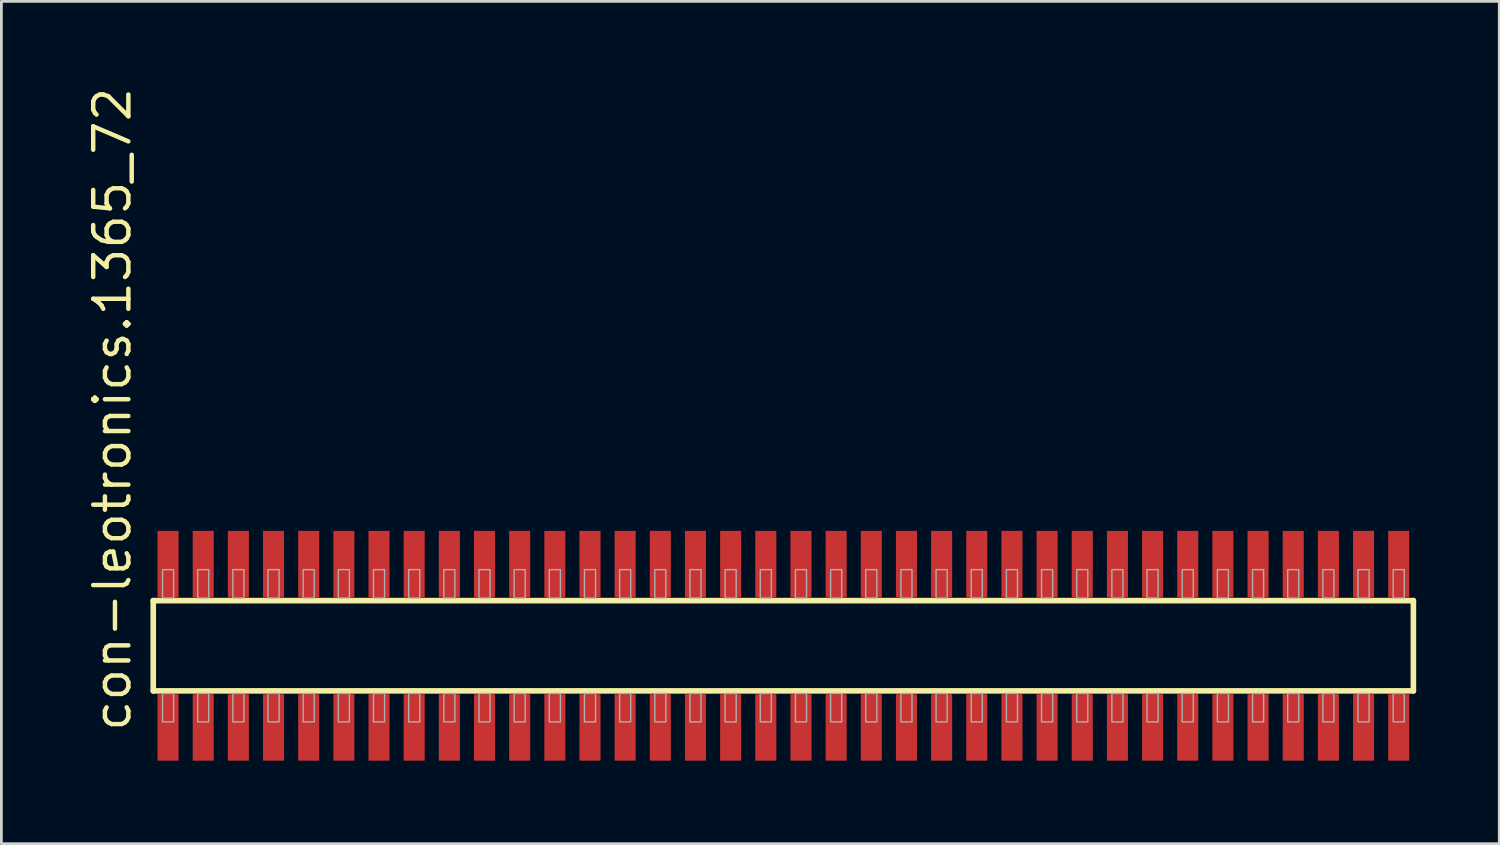
<source format=kicad_pcb>
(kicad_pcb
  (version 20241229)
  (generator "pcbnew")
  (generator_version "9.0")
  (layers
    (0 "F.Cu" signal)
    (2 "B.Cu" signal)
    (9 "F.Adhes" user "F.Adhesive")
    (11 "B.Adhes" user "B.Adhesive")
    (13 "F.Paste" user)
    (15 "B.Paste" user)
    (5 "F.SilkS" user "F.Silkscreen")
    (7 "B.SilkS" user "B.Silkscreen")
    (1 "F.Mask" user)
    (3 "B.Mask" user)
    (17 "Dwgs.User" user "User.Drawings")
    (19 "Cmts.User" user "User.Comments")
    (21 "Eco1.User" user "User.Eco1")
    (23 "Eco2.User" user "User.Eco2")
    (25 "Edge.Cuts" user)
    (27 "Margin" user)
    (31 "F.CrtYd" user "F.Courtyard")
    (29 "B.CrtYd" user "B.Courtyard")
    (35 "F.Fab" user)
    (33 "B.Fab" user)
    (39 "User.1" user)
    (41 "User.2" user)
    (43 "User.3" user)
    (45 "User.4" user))
  (footprint "con-leotronics.1365_72"
    (layer "F.Cu")
    (at 25.245 20.274)
    (property "Reference" "con-leotronics.1365_72" (at -23.495 3.175 90) (layer "F.SilkS") (effects (font (size 1.27 1.27) (thickness 0.16)) (justify left bottom)))
    (attr smd)
    (fp_line (start -22.76 -1.63) (end 22.755 -1.63) (stroke (width 0.203) (type default)) (layer "F.SilkS"))
    (fp_line (start -22.76 1.63) (end -22.76 -1.63) (stroke (width 0.203) (type default)) (layer "F.SilkS"))
    (fp_line (start 22.755 -1.63) (end 22.755 1.63) (stroke (width 0.203) (type default)) (layer "F.SilkS"))
    (fp_line (start 22.755 1.63) (end -22.76 1.63) (stroke (width 0.203) (type default)) (layer "F.SilkS"))
    (fp_rect (start -22.425 -1.725) (end -22.025 -2.75) (stroke (width 0.05) (type default)) (fill no) (layer "F.Fab"))
    (fp_rect (start -22.425 2.75) (end -22.025 1.725) (stroke (width 0.05) (type default)) (fill no) (layer "F.Fab"))
    (fp_rect (start -21.155 -1.725) (end -20.755 -2.75) (stroke (width 0.05) (type default)) (fill no) (layer "F.Fab"))
    (fp_rect (start -21.155 2.75) (end -20.755 1.725) (stroke (width 0.05) (type default)) (fill no) (layer "F.Fab"))
    (fp_rect (start -19.885 -1.725) (end -19.485 -2.75) (stroke (width 0.05) (type default)) (fill no) (layer "F.Fab"))
    (fp_rect (start -19.885 2.75) (end -19.485 1.725) (stroke (width 0.05) (type default)) (fill no) (layer "F.Fab"))
    (fp_rect (start -18.615 -1.725) (end -18.215 -2.75) (stroke (width 0.05) (type default)) (fill no) (layer "F.Fab"))
    (fp_rect (start -18.615 2.75) (end -18.215 1.725) (stroke (width 0.05) (type default)) (fill no) (layer "F.Fab"))
    (fp_rect (start -17.345 -1.725) (end -16.945 -2.75) (stroke (width 0.05) (type default)) (fill no) (layer "F.Fab"))
    (fp_rect (start -17.345 2.75) (end -16.945 1.725) (stroke (width 0.05) (type default)) (fill no) (layer "F.Fab"))
    (fp_rect (start -16.075 -1.725) (end -15.675 -2.75) (stroke (width 0.05) (type default)) (fill no) (layer "F.Fab"))
    (fp_rect (start -16.075 2.75) (end -15.675 1.725) (stroke (width 0.05) (type default)) (fill no) (layer "F.Fab"))
    (fp_rect (start -14.805 -1.725) (end -14.405 -2.75) (stroke (width 0.05) (type default)) (fill no) (layer "F.Fab"))
    (fp_rect (start -14.805 2.75) (end -14.405 1.725) (stroke (width 0.05) (type default)) (fill no) (layer "F.Fab"))
    (fp_rect (start -13.535 -1.725) (end -13.135 -2.75) (stroke (width 0.05) (type default)) (fill no) (layer "F.Fab"))
    (fp_rect (start -13.535 2.75) (end -13.135 1.725) (stroke (width 0.05) (type default)) (fill no) (layer "F.Fab"))
    (fp_rect (start -12.265 -1.725) (end -11.865 -2.75) (stroke (width 0.05) (type default)) (fill no) (layer "F.Fab"))
    (fp_rect (start -12.265 2.75) (end -11.865 1.725) (stroke (width 0.05) (type default)) (fill no) (layer "F.Fab"))
    (fp_rect (start -10.995 -1.725) (end -10.595 -2.75) (stroke (width 0.05) (type default)) (fill no) (layer "F.Fab"))
    (fp_rect (start -10.995 2.75) (end -10.595 1.725) (stroke (width 0.05) (type default)) (fill no) (layer "F.Fab"))
    (fp_rect (start -9.725 -1.725) (end -9.325 -2.75) (stroke (width 0.05) (type default)) (fill no) (layer "F.Fab"))
    (fp_rect (start -9.725 2.75) (end -9.325 1.725) (stroke (width 0.05) (type default)) (fill no) (layer "F.Fab"))
    (fp_rect (start -8.455 -1.725) (end -8.055 -2.75) (stroke (width 0.05) (type default)) (fill no) (layer "F.Fab"))
    (fp_rect (start -8.455 2.75) (end -8.055 1.725) (stroke (width 0.05) (type default)) (fill no) (layer "F.Fab"))
    (fp_rect (start -7.185 -1.725) (end -6.785 -2.75) (stroke (width 0.05) (type default)) (fill no) (layer "F.Fab"))
    (fp_rect (start -7.185 2.75) (end -6.785 1.725) (stroke (width 0.05) (type default)) (fill no) (layer "F.Fab"))
    (fp_rect (start -5.915 -1.725) (end -5.515 -2.75) (stroke (width 0.05) (type default)) (fill no) (layer "F.Fab"))
    (fp_rect (start -5.915 2.75) (end -5.515 1.725) (stroke (width 0.05) (type default)) (fill no) (layer "F.Fab"))
    (fp_rect (start -4.645 -1.725) (end -4.245 -2.75) (stroke (width 0.05) (type default)) (fill no) (layer "F.Fab"))
    (fp_rect (start -4.645 2.75) (end -4.245 1.725) (stroke (width 0.05) (type default)) (fill no) (layer "F.Fab"))
    (fp_rect (start -3.375 -1.725) (end -2.975 -2.75) (stroke (width 0.05) (type default)) (fill no) (layer "F.Fab"))
    (fp_rect (start -3.375 2.75) (end -2.975 1.725) (stroke (width 0.05) (type default)) (fill no) (layer "F.Fab"))
    (fp_rect (start -2.105 -1.725) (end -1.705 -2.75) (stroke (width 0.05) (type default)) (fill no) (layer "F.Fab"))
    (fp_rect (start -2.105 2.75) (end -1.705 1.725) (stroke (width 0.05) (type default)) (fill no) (layer "F.Fab"))
    (fp_rect (start -0.835 -1.725) (end -0.435 -2.75) (stroke (width 0.05) (type default)) (fill no) (layer "F.Fab"))
    (fp_rect (start -0.835 2.75) (end -0.435 1.725) (stroke (width 0.05) (type default)) (fill no) (layer "F.Fab"))
    (fp_rect (start 0.435 -1.725) (end 0.835 -2.75) (stroke (width 0.05) (type default)) (fill no) (layer "F.Fab"))
    (fp_rect (start 0.435 2.75) (end 0.835 1.725) (stroke (width 0.05) (type default)) (fill no) (layer "F.Fab"))
    (fp_rect (start 1.705 -1.725) (end 2.105 -2.75) (stroke (width 0.05) (type default)) (fill no) (layer "F.Fab"))
    (fp_rect (start 1.705 2.75) (end 2.105 1.725) (stroke (width 0.05) (type default)) (fill no) (layer "F.Fab"))
    (fp_rect (start 2.975 -1.725) (end 3.375 -2.75) (stroke (width 0.05) (type default)) (fill no) (layer "F.Fab"))
    (fp_rect (start 2.975 2.75) (end 3.375 1.725) (stroke (width 0.05) (type default)) (fill no) (layer "F.Fab"))
    (fp_rect (start 4.245 -1.725) (end 4.645 -2.75) (stroke (width 0.05) (type default)) (fill no) (layer "F.Fab"))
    (fp_rect (start 4.245 2.75) (end 4.645 1.725) (stroke (width 0.05) (type default)) (fill no) (layer "F.Fab"))
    (fp_rect (start 5.515 -1.725) (end 5.915 -2.75) (stroke (width 0.05) (type default)) (fill no) (layer "F.Fab"))
    (fp_rect (start 5.515 2.75) (end 5.915 1.725) (stroke (width 0.05) (type default)) (fill no) (layer "F.Fab"))
    (fp_rect (start 6.785 -1.725) (end 7.185 -2.75) (stroke (width 0.05) (type default)) (fill no) (layer "F.Fab"))
    (fp_rect (start 6.785 2.75) (end 7.185 1.725) (stroke (width 0.05) (type default)) (fill no) (layer "F.Fab"))
    (fp_rect (start 8.055 -1.725) (end 8.455 -2.75) (stroke (width 0.05) (type default)) (fill no) (layer "F.Fab"))
    (fp_rect (start 8.055 2.75) (end 8.455 1.725) (stroke (width 0.05) (type default)) (fill no) (layer "F.Fab"))
    (fp_rect (start 9.325 -1.725) (end 9.725 -2.75) (stroke (width 0.05) (type default)) (fill no) (layer "F.Fab"))
    (fp_rect (start 9.325 2.75) (end 9.725 1.725) (stroke (width 0.05) (type default)) (fill no) (layer "F.Fab"))
    (fp_rect (start 10.595 -1.725) (end 10.995 -2.75) (stroke (width 0.05) (type default)) (fill no) (layer "F.Fab"))
    (fp_rect (start 10.595 2.75) (end 10.995 1.725) (stroke (width 0.05) (type default)) (fill no) (layer "F.Fab"))
    (fp_rect (start 11.865 -1.725) (end 12.265 -2.75) (stroke (width 0.05) (type default)) (fill no) (layer "F.Fab"))
    (fp_rect (start 11.865 2.75) (end 12.265 1.725) (stroke (width 0.05) (type default)) (fill no) (layer "F.Fab"))
    (fp_rect (start 13.135 -1.725) (end 13.535 -2.75) (stroke (width 0.05) (type default)) (fill no) (layer "F.Fab"))
    (fp_rect (start 13.135 2.75) (end 13.535 1.725) (stroke (width 0.05) (type default)) (fill no) (layer "F.Fab"))
    (fp_rect (start 14.405 -1.725) (end 14.805 -2.75) (stroke (width 0.05) (type default)) (fill no) (layer "F.Fab"))
    (fp_rect (start 14.405 2.75) (end 14.805 1.725) (stroke (width 0.05) (type default)) (fill no) (layer "F.Fab"))
    (fp_rect (start 15.675 -1.725) (end 16.075 -2.75) (stroke (width 0.05) (type default)) (fill no) (layer "F.Fab"))
    (fp_rect (start 15.675 2.75) (end 16.075 1.725) (stroke (width 0.05) (type default)) (fill no) (layer "F.Fab"))
    (fp_rect (start 16.945 -1.725) (end 17.345 -2.75) (stroke (width 0.05) (type default)) (fill no) (layer "F.Fab"))
    (fp_rect (start 16.945 2.75) (end 17.345 1.725) (stroke (width 0.05) (type default)) (fill no) (layer "F.Fab"))
    (fp_rect (start 18.215 -1.725) (end 18.615 -2.75) (stroke (width 0.05) (type default)) (fill no) (layer "F.Fab"))
    (fp_rect (start 18.215 2.75) (end 18.615 1.725) (stroke (width 0.05) (type default)) (fill no) (layer "F.Fab"))
    (fp_rect (start 19.485 -1.725) (end 19.885 -2.75) (stroke (width 0.05) (type default)) (fill no) (layer "F.Fab"))
    (fp_rect (start 19.485 2.75) (end 19.885 1.725) (stroke (width 0.05) (type default)) (fill no) (layer "F.Fab"))
    (fp_rect (start 20.755 -1.725) (end 21.155 -2.75) (stroke (width 0.05) (type default)) (fill no) (layer "F.Fab"))
    (fp_rect (start 20.755 2.75) (end 21.155 1.725) (stroke (width 0.05) (type default)) (fill no) (layer "F.Fab"))
    (fp_rect (start 22.025 -1.725) (end 22.425 -2.75) (stroke (width 0.05) (type default)) (fill no) (layer "F.Fab"))
    (fp_rect (start 22.025 2.75) (end 22.425 1.725) (stroke (width 0.05) (type default)) (fill no) (layer "F.Fab"))
    (pad "1" smd roundrect (at -22.225 2.95) (size 0.76 2.4) (layers "F.Cu" "F.Mask" "F.Paste") (roundrect_rratio 0.01))
    (pad "2" smd roundrect (at -22.225 -2.95) (size 0.76 2.4) (layers "F.Cu" "F.Mask" "F.Paste") (roundrect_rratio 0.01))
    (pad "3" smd roundrect (at -20.955 2.95) (size 0.76 2.4) (layers "F.Cu" "F.Mask" "F.Paste") (roundrect_rratio 0.01))
    (pad "4" smd roundrect (at -20.955 -2.95) (size 0.76 2.4) (layers "F.Cu" "F.Mask" "F.Paste") (roundrect_rratio 0.01))
    (pad "5" smd roundrect (at -19.685 2.95) (size 0.76 2.4) (layers "F.Cu" "F.Mask" "F.Paste") (roundrect_rratio 0.01))
    (pad "6" smd roundrect (at -19.685 -2.95) (size 0.76 2.4) (layers "F.Cu" "F.Mask" "F.Paste") (roundrect_rratio 0.01))
    (pad "7" smd roundrect (at -18.415 2.95) (size 0.76 2.4) (layers "F.Cu" "F.Mask" "F.Paste") (roundrect_rratio 0.01))
    (pad "8" smd roundrect (at -18.415 -2.95) (size 0.76 2.4) (layers "F.Cu" "F.Mask" "F.Paste") (roundrect_rratio 0.01))
    (pad "9" smd roundrect (at -17.145 2.95) (size 0.76 2.4) (layers "F.Cu" "F.Mask" "F.Paste") (roundrect_rratio 0.01))
    (pad "10" smd roundrect (at -17.145 -2.95) (size 0.76 2.4) (layers "F.Cu" "F.Mask" "F.Paste") (roundrect_rratio 0.01))
    (pad "11" smd roundrect (at -15.875 2.95) (size 0.76 2.4) (layers "F.Cu" "F.Mask" "F.Paste") (roundrect_rratio 0.01))
    (pad "12" smd roundrect (at -15.875 -2.95) (size 0.76 2.4) (layers "F.Cu" "F.Mask" "F.Paste") (roundrect_rratio 0.01))
    (pad "13" smd roundrect (at -14.605 2.95) (size 0.76 2.4) (layers "F.Cu" "F.Mask" "F.Paste") (roundrect_rratio 0.01))
    (pad "14" smd roundrect (at -14.605 -2.95) (size 0.76 2.4) (layers "F.Cu" "F.Mask" "F.Paste") (roundrect_rratio 0.01))
    (pad "15" smd roundrect (at -13.335 2.95) (size 0.76 2.4) (layers "F.Cu" "F.Mask" "F.Paste") (roundrect_rratio 0.01))
    (pad "16" smd roundrect (at -13.335 -2.95) (size 0.76 2.4) (layers "F.Cu" "F.Mask" "F.Paste") (roundrect_rratio 0.01))
    (pad "17" smd roundrect (at -12.065 2.95) (size 0.76 2.4) (layers "F.Cu" "F.Mask" "F.Paste") (roundrect_rratio 0.01))
    (pad "18" smd roundrect (at -12.065 -2.95) (size 0.76 2.4) (layers "F.Cu" "F.Mask" "F.Paste") (roundrect_rratio 0.01))
    (pad "19" smd roundrect (at -10.795 2.95) (size 0.76 2.4) (layers "F.Cu" "F.Mask" "F.Paste") (roundrect_rratio 0.01))
    (pad "20" smd roundrect (at -10.795 -2.95) (size 0.76 2.4) (layers "F.Cu" "F.Mask" "F.Paste") (roundrect_rratio 0.01))
    (pad "21" smd roundrect (at -9.525 2.95) (size 0.76 2.4) (layers "F.Cu" "F.Mask" "F.Paste") (roundrect_rratio 0.01))
    (pad "22" smd roundrect (at -9.525 -2.95) (size 0.76 2.4) (layers "F.Cu" "F.Mask" "F.Paste") (roundrect_rratio 0.01))
    (pad "23" smd roundrect (at -8.255 2.95) (size 0.76 2.4) (layers "F.Cu" "F.Mask" "F.Paste") (roundrect_rratio 0.01))
    (pad "24" smd roundrect (at -8.255 -2.95) (size 0.76 2.4) (layers "F.Cu" "F.Mask" "F.Paste") (roundrect_rratio 0.01))
    (pad "25" smd roundrect (at -6.985 2.95) (size 0.76 2.4) (layers "F.Cu" "F.Mask" "F.Paste") (roundrect_rratio 0.01))
    (pad "26" smd roundrect (at -6.985 -2.95) (size 0.76 2.4) (layers "F.Cu" "F.Mask" "F.Paste") (roundrect_rratio 0.01))
    (pad "27" smd roundrect (at -5.715 2.95) (size 0.76 2.4) (layers "F.Cu" "F.Mask" "F.Paste") (roundrect_rratio 0.01))
    (pad "28" smd roundrect (at -5.715 -2.95) (size 0.76 2.4) (layers "F.Cu" "F.Mask" "F.Paste") (roundrect_rratio 0.01))
    (pad "29" smd roundrect (at -4.445 2.95) (size 0.76 2.4) (layers "F.Cu" "F.Mask" "F.Paste") (roundrect_rratio 0.01))
    (pad "30" smd roundrect (at -4.445 -2.95) (size 0.76 2.4) (layers "F.Cu" "F.Mask" "F.Paste") (roundrect_rratio 0.01))
    (pad "31" smd roundrect (at -3.175 2.95) (size 0.76 2.4) (layers "F.Cu" "F.Mask" "F.Paste") (roundrect_rratio 0.01))
    (pad "32" smd roundrect (at -3.175 -2.95) (size 0.76 2.4) (layers "F.Cu" "F.Mask" "F.Paste") (roundrect_rratio 0.01))
    (pad "33" smd roundrect (at -1.905 2.95) (size 0.76 2.4) (layers "F.Cu" "F.Mask" "F.Paste") (roundrect_rratio 0.01))
    (pad "34" smd roundrect (at -1.905 -2.95) (size 0.76 2.4) (layers "F.Cu" "F.Mask" "F.Paste") (roundrect_rratio 0.01))
    (pad "35" smd roundrect (at -0.635 2.95) (size 0.76 2.4) (layers "F.Cu" "F.Mask" "F.Paste") (roundrect_rratio 0.01))
    (pad "36" smd roundrect (at -0.635 -2.95) (size 0.76 2.4) (layers "F.Cu" "F.Mask" "F.Paste") (roundrect_rratio 0.01))
    (pad "37" smd roundrect (at 0.635 2.95) (size 0.76 2.4) (layers "F.Cu" "F.Mask" "F.Paste") (roundrect_rratio 0.01))
    (pad "38" smd roundrect (at 0.635 -2.95) (size 0.76 2.4) (layers "F.Cu" "F.Mask" "F.Paste") (roundrect_rratio 0.01))
    (pad "39" smd roundrect (at 1.905 2.95) (size 0.76 2.4) (layers "F.Cu" "F.Mask" "F.Paste") (roundrect_rratio 0.01))
    (pad "40" smd roundrect (at 1.905 -2.95) (size 0.76 2.4) (layers "F.Cu" "F.Mask" "F.Paste") (roundrect_rratio 0.01))
    (pad "41" smd roundrect (at 3.175 2.95) (size 0.76 2.4) (layers "F.Cu" "F.Mask" "F.Paste") (roundrect_rratio 0.01))
    (pad "42" smd roundrect (at 3.175 -2.95) (size 0.76 2.4) (layers "F.Cu" "F.Mask" "F.Paste") (roundrect_rratio 0.01))
    (pad "43" smd roundrect (at 4.445 2.95) (size 0.76 2.4) (layers "F.Cu" "F.Mask" "F.Paste") (roundrect_rratio 0.01))
    (pad "44" smd roundrect (at 4.445 -2.95) (size 0.76 2.4) (layers "F.Cu" "F.Mask" "F.Paste") (roundrect_rratio 0.01))
    (pad "45" smd roundrect (at 5.715 2.95) (size 0.76 2.4) (layers "F.Cu" "F.Mask" "F.Paste") (roundrect_rratio 0.01))
    (pad "46" smd roundrect (at 5.715 -2.95) (size 0.76 2.4) (layers "F.Cu" "F.Mask" "F.Paste") (roundrect_rratio 0.01))
    (pad "47" smd roundrect (at 6.985 2.95) (size 0.76 2.4) (layers "F.Cu" "F.Mask" "F.Paste") (roundrect_rratio 0.01))
    (pad "48" smd roundrect (at 6.985 -2.95) (size 0.76 2.4) (layers "F.Cu" "F.Mask" "F.Paste") (roundrect_rratio 0.01))
    (pad "49" smd roundrect (at 8.255 2.95) (size 0.76 2.4) (layers "F.Cu" "F.Mask" "F.Paste") (roundrect_rratio 0.01))
    (pad "50" smd roundrect (at 8.255 -2.95) (size 0.76 2.4) (layers "F.Cu" "F.Mask" "F.Paste") (roundrect_rratio 0.01))
    (pad "51" smd roundrect (at 9.525 2.95) (size 0.76 2.4) (layers "F.Cu" "F.Mask" "F.Paste") (roundrect_rratio 0.01))
    (pad "52" smd roundrect (at 9.525 -2.95) (size 0.76 2.4) (layers "F.Cu" "F.Mask" "F.Paste") (roundrect_rratio 0.01))
    (pad "53" smd roundrect (at 10.795 2.95) (size 0.76 2.4) (layers "F.Cu" "F.Mask" "F.Paste") (roundrect_rratio 0.01))
    (pad "54" smd roundrect (at 10.795 -2.95) (size 0.76 2.4) (layers "F.Cu" "F.Mask" "F.Paste") (roundrect_rratio 0.01))
    (pad "55" smd roundrect (at 12.065 2.95) (size 0.76 2.4) (layers "F.Cu" "F.Mask" "F.Paste") (roundrect_rratio 0.01))
    (pad "56" smd roundrect (at 12.065 -2.95) (size 0.76 2.4) (layers "F.Cu" "F.Mask" "F.Paste") (roundrect_rratio 0.01))
    (pad "57" smd roundrect (at 13.335 2.95) (size 0.76 2.4) (layers "F.Cu" "F.Mask" "F.Paste") (roundrect_rratio 0.01))
    (pad "58" smd roundrect (at 13.335 -2.95) (size 0.76 2.4) (layers "F.Cu" "F.Mask" "F.Paste") (roundrect_rratio 0.01))
    (pad "59" smd roundrect (at 14.605 2.95) (size 0.76 2.4) (layers "F.Cu" "F.Mask" "F.Paste") (roundrect_rratio 0.01))
    (pad "60" smd roundrect (at 14.605 -2.95) (size 0.76 2.4) (layers "F.Cu" "F.Mask" "F.Paste") (roundrect_rratio 0.01))
    (pad "61" smd roundrect (at 15.875 2.95) (size 0.76 2.4) (layers "F.Cu" "F.Mask" "F.Paste") (roundrect_rratio 0.01))
    (pad "62" smd roundrect (at 15.875 -2.95) (size 0.76 2.4) (layers "F.Cu" "F.Mask" "F.Paste") (roundrect_rratio 0.01))
    (pad "63" smd roundrect (at 17.145 2.95) (size 0.76 2.4) (layers "F.Cu" "F.Mask" "F.Paste") (roundrect_rratio 0.01))
    (pad "64" smd roundrect (at 17.145 -2.95) (size 0.76 2.4) (layers "F.Cu" "F.Mask" "F.Paste") (roundrect_rratio 0.01))
    (pad "65" smd roundrect (at 18.415 2.95) (size 0.76 2.4) (layers "F.Cu" "F.Mask" "F.Paste") (roundrect_rratio 0.01))
    (pad "66" smd roundrect (at 18.415 -2.95) (size 0.76 2.4) (layers "F.Cu" "F.Mask" "F.Paste") (roundrect_rratio 0.01))
    (pad "67" smd roundrect (at 19.685 2.95) (size 0.76 2.4) (layers "F.Cu" "F.Mask" "F.Paste") (roundrect_rratio 0.01))
    (pad "68" smd roundrect (at 19.685 -2.95) (size 0.76 2.4) (layers "F.Cu" "F.Mask" "F.Paste") (roundrect_rratio 0.01))
    (pad "69" smd roundrect (at 20.955 2.95) (size 0.76 2.4) (layers "F.Cu" "F.Mask" "F.Paste") (roundrect_rratio 0.01))
    (pad "70" smd roundrect (at 20.955 -2.95) (size 0.76 2.4) (layers "F.Cu" "F.Mask" "F.Paste") (roundrect_rratio 0.01))
    (pad "71" smd roundrect (at 22.225 2.95) (size 0.76 2.4) (layers "F.Cu" "F.Mask" "F.Paste") (roundrect_rratio 0.01))
    (pad "72" smd roundrect (at 22.225 -2.95) (size 0.76 2.4) (layers "F.Cu" "F.Mask" "F.Paste") (roundrect_rratio 0.01)))
  (gr_rect
    (start -3 -3)
    (end 51.102 27.424)
    (stroke (width 0.1) (type default))
    (fill no)
    (layer "Edge.Cuts")))
</source>
